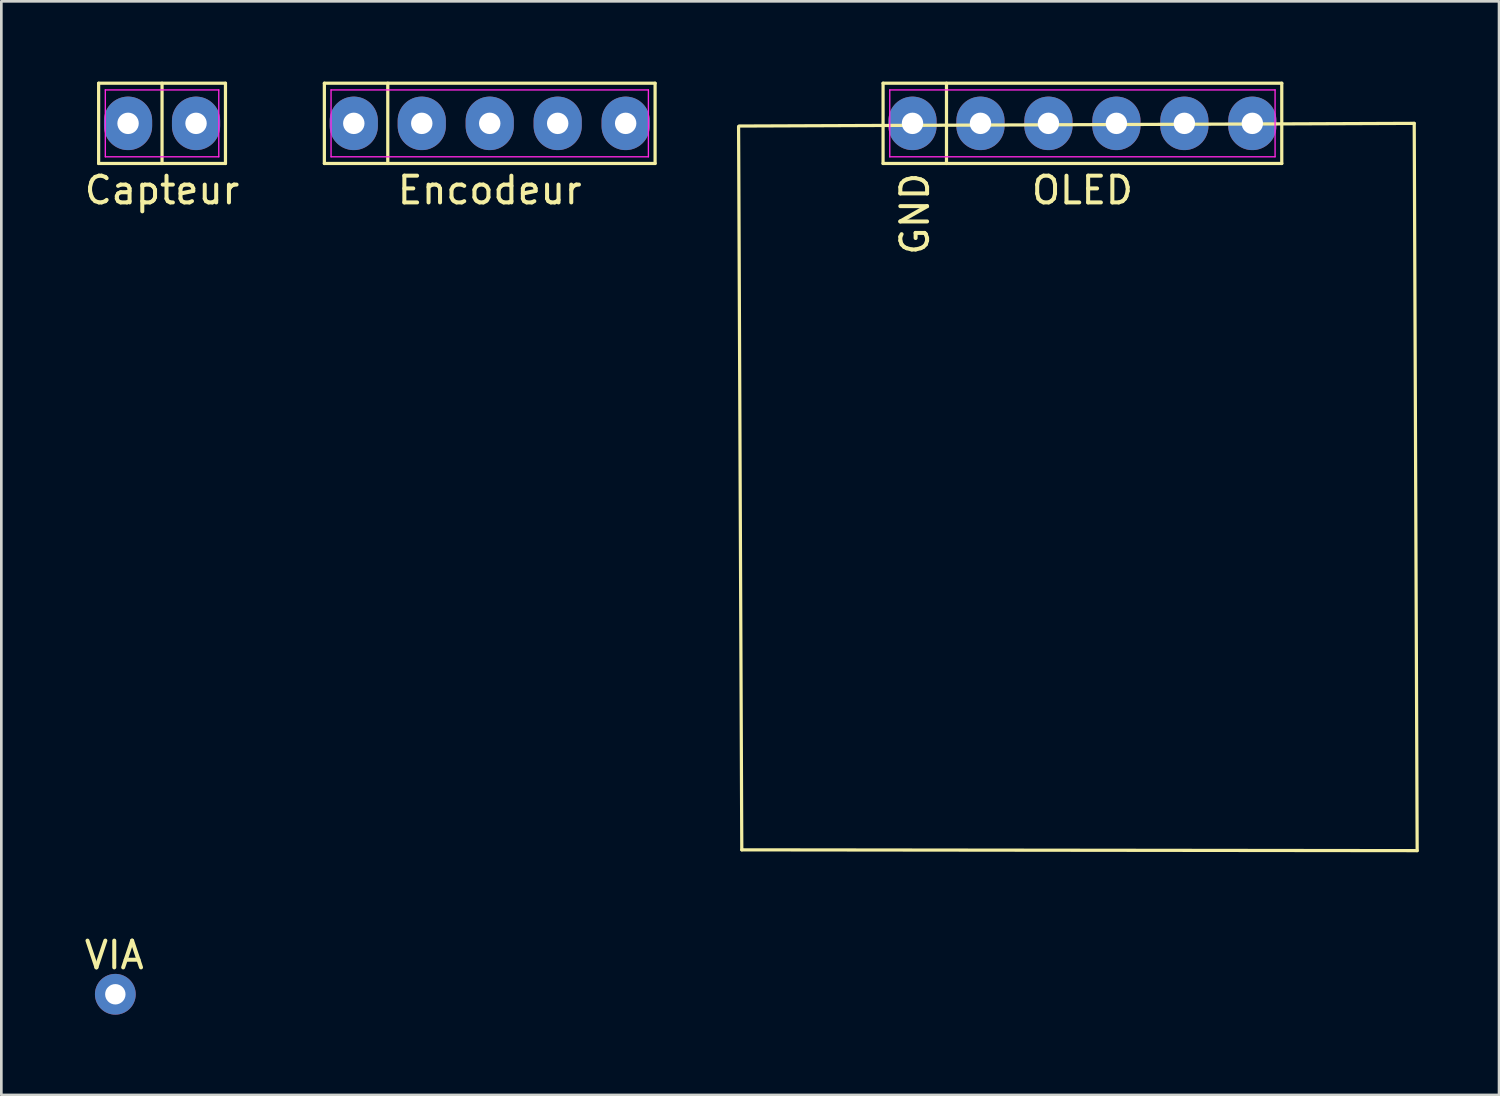
<source format=kicad_pcb>
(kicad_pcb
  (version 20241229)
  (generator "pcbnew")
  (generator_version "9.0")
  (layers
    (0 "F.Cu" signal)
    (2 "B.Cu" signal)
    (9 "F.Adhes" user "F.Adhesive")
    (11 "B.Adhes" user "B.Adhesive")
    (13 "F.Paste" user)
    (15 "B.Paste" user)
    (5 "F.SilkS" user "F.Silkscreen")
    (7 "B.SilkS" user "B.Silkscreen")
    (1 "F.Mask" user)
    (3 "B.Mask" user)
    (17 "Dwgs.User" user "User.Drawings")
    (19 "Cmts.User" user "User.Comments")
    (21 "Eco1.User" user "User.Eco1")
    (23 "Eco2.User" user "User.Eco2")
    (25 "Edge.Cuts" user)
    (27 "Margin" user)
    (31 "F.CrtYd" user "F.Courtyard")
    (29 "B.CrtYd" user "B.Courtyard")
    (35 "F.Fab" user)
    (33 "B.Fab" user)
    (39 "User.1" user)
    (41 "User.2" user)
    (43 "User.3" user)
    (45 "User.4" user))
  (footprint "Capteur"
    (layer "F.Cu")
    (at 3.006 1.56)
    (property "Reference" "Capteur" (at 0 2.5 0) (layer "F.SilkS") (effects (font (size 1 1) (thickness 0.15))))
    (attr through_hole)
    (fp_line (start -2.37 -1.5) (end 2.37 -1.5) (stroke (width 0.12) (type solid)) (layer "F.SilkS"))
    (fp_line (start -2.37 1.5) (end -2.37 -1.5) (stroke (width 0.12) (type solid)) (layer "F.SilkS"))
    (fp_line (start 0 -1.5) (end 0 1.5) (stroke (width 0.12) (type solid)) (layer "F.SilkS"))
    (fp_line (start 2.37 -1.5) (end 2.37 1.5) (stroke (width 0.12) (type solid)) (layer "F.SilkS"))
    (fp_line (start 2.37 1.5) (end -2.37 1.5) (stroke (width 0.12) (type solid)) (layer "F.SilkS"))
    (fp_line (start -2.12 -1.25) (end 2.12 -1.25) (stroke (width 0.05) (type solid)) (layer "F.CrtYd"))
    (fp_line (start -2.12 1.25) (end -2.12 -1.25) (stroke (width 0.05) (type solid)) (layer "F.CrtYd"))
    (fp_line (start 2.12 -1.25) (end 2.12 1.25) (stroke (width 0.05) (type solid)) (layer "F.CrtYd"))
    (fp_line (start 2.12 1.25) (end -2.12 1.25) (stroke (width 0.05) (type solid)) (layer "F.CrtYd"))
    (pad "1" thru_hole oval (at -1.27 0) (size 1.8 2) (drill 0.8) (layers "*.Cu" "*.Mask"))
    (pad "2" thru_hole oval (at 1.27 0) (size 1.8 2) (drill 0.8) (layers "*.Cu" "*.Mask")))
  (footprint "VIA"
    (layer "F.Cu")
    (at 1.22 32.148)
    (property "Reference" "VIA" (at 0 0.5 0) (layer "F.SilkS") (effects (font (size 1 1) (thickness 0.15))))
    (attr through_hole)
    (pad "1" thru_hole circle (at 0.04 1.96) (size 1.524 1.524) (drill 0.762) (layers "*.Cu" "*.Mask")))
  (footprint "OLED"
    (layer "F.Cu")
    (at 37.402 1.56)
    (property "Reference" "OLED" (at 0 2.5 0) (layer "F.SilkS") (effects (font (size 1 1) (thickness 0.15))))
    (attr through_hole)
    (fp_line (start -12.83 0.1) (end 12.4 0) (stroke (width 0.12) (type solid)) (layer "F.SilkS"))
    (fp_line (start -12.73 27.15) (end -12.85 0.12) (stroke (width 0.12) (type solid)) (layer "F.SilkS"))
    (fp_line (start -7.45 -1.5) (end 7.45 -1.5) (stroke (width 0.12) (type solid)) (layer "F.SilkS"))
    (fp_line (start -7.45 1.5) (end -7.45 -1.5) (stroke (width 0.12) (type solid)) (layer "F.SilkS"))
    (fp_line (start -5.08 -1.5) (end -5.08 1.5) (stroke (width 0.12) (type solid)) (layer "F.SilkS"))
    (fp_line (start 7.45 -1.5) (end 7.45 1.5) (stroke (width 0.12) (type solid)) (layer "F.SilkS"))
    (fp_line (start 7.45 1.5) (end -7.45 1.5) (stroke (width 0.12) (type solid)) (layer "F.SilkS"))
    (fp_line (start 12.4 0) (end 12.51 27.18) (stroke (width 0.12) (type solid)) (layer "F.SilkS"))
    (fp_line (start 12.51 27.18) (end -12.73 27.15) (stroke (width 0.12) (type solid)) (layer "F.SilkS"))
    (fp_line (start -7.2 -1.25) (end 7.2 -1.25) (stroke (width 0.05) (type solid)) (layer "F.CrtYd"))
    (fp_line (start -7.2 1.25) (end -7.2 -1.25) (stroke (width 0.05) (type solid)) (layer "F.CrtYd"))
    (fp_line (start 7.2 -1.25) (end 7.2 1.25) (stroke (width 0.05) (type solid)) (layer "F.CrtYd"))
    (fp_line (start 7.2 1.25) (end -7.2 1.25) (stroke (width 0.05) (type solid)) (layer "F.CrtYd"))
    (fp_text user "GND" (at -6.26 3.38 90) (layer "F.SilkS") (effects (font (size 1 1) (thickness 0.15))))
    (pad "1" thru_hole oval (at -6.35 0) (size 1.8 2) (drill 0.8) (layers "*.Cu" "*.Mask"))
    (pad "2" thru_hole oval (at -3.81 0) (size 1.8 2) (drill 0.8) (layers "*.Cu" "*.Mask"))
    (pad "3" thru_hole oval (at -1.27 0) (size 1.8 2) (drill 0.8) (layers "*.Cu" "*.Mask"))
    (pad "4" thru_hole oval (at 1.27 0) (size 1.8 2) (drill 0.8) (layers "*.Cu" "*.Mask"))
    (pad "5" thru_hole oval (at 3.81 0) (size 1.8 2) (drill 0.8) (layers "*.Cu" "*.Mask"))
    (pad "6" thru_hole oval (at 6.35 0) (size 1.8 2) (drill 0.8) (layers "*.Cu" "*.Mask")))
  (footprint "Encodeur"
    (layer "F.Cu")
    (at 15.252 1.56)
    (property "Reference" "Encodeur" (at 0 2.5 0) (layer "F.SilkS") (effects (font (size 1 1) (thickness 0.15))))
    (attr through_hole)
    (fp_line (start -6.18 -1.5) (end 6.18 -1.5) (stroke (width 0.12) (type solid)) (layer "F.SilkS"))
    (fp_line (start -6.18 1.5) (end -6.18 -1.5) (stroke (width 0.12) (type solid)) (layer "F.SilkS"))
    (fp_line (start -3.81 -1.5) (end -3.81 1.5) (stroke (width 0.12) (type solid)) (layer "F.SilkS"))
    (fp_line (start 6.18 -1.5) (end 6.18 1.5) (stroke (width 0.12) (type solid)) (layer "F.SilkS"))
    (fp_line (start 6.18 1.5) (end -6.18 1.5) (stroke (width 0.12) (type solid)) (layer "F.SilkS"))
    (fp_line (start -5.93 -1.25) (end 5.93 -1.25) (stroke (width 0.05) (type solid)) (layer "F.CrtYd"))
    (fp_line (start -5.93 1.25) (end -5.93 -1.25) (stroke (width 0.05) (type solid)) (layer "F.CrtYd"))
    (fp_line (start 5.93 -1.25) (end 5.93 1.25) (stroke (width 0.05) (type solid)) (layer "F.CrtYd"))
    (fp_line (start 5.93 1.25) (end -5.93 1.25) (stroke (width 0.05) (type solid)) (layer "F.CrtYd"))
    (pad "1" thru_hole oval (at -5.08 0) (size 1.8 2) (drill 0.8) (layers "*.Cu" "*.Mask"))
    (pad "2" thru_hole oval (at -2.54 0) (size 1.8 2) (drill 0.8) (layers "*.Cu" "*.Mask"))
    (pad "3" thru_hole oval (at 0 0) (size 1.8 2) (drill 0.8) (layers "*.Cu" "*.Mask"))
    (pad "4" thru_hole oval (at 2.54 0) (size 1.8 2) (drill 0.8) (layers "*.Cu" "*.Mask"))
    (pad "5" thru_hole oval (at 5.08 0) (size 1.8 2) (drill 0.8) (layers "*.Cu" "*.Mask")))
  (gr_rect
    (start -3 -3)
    (end 52.972 37.87)
    (stroke (width 0.1) (type default))
    (fill no)
    (layer "Edge.Cuts")))
</source>
